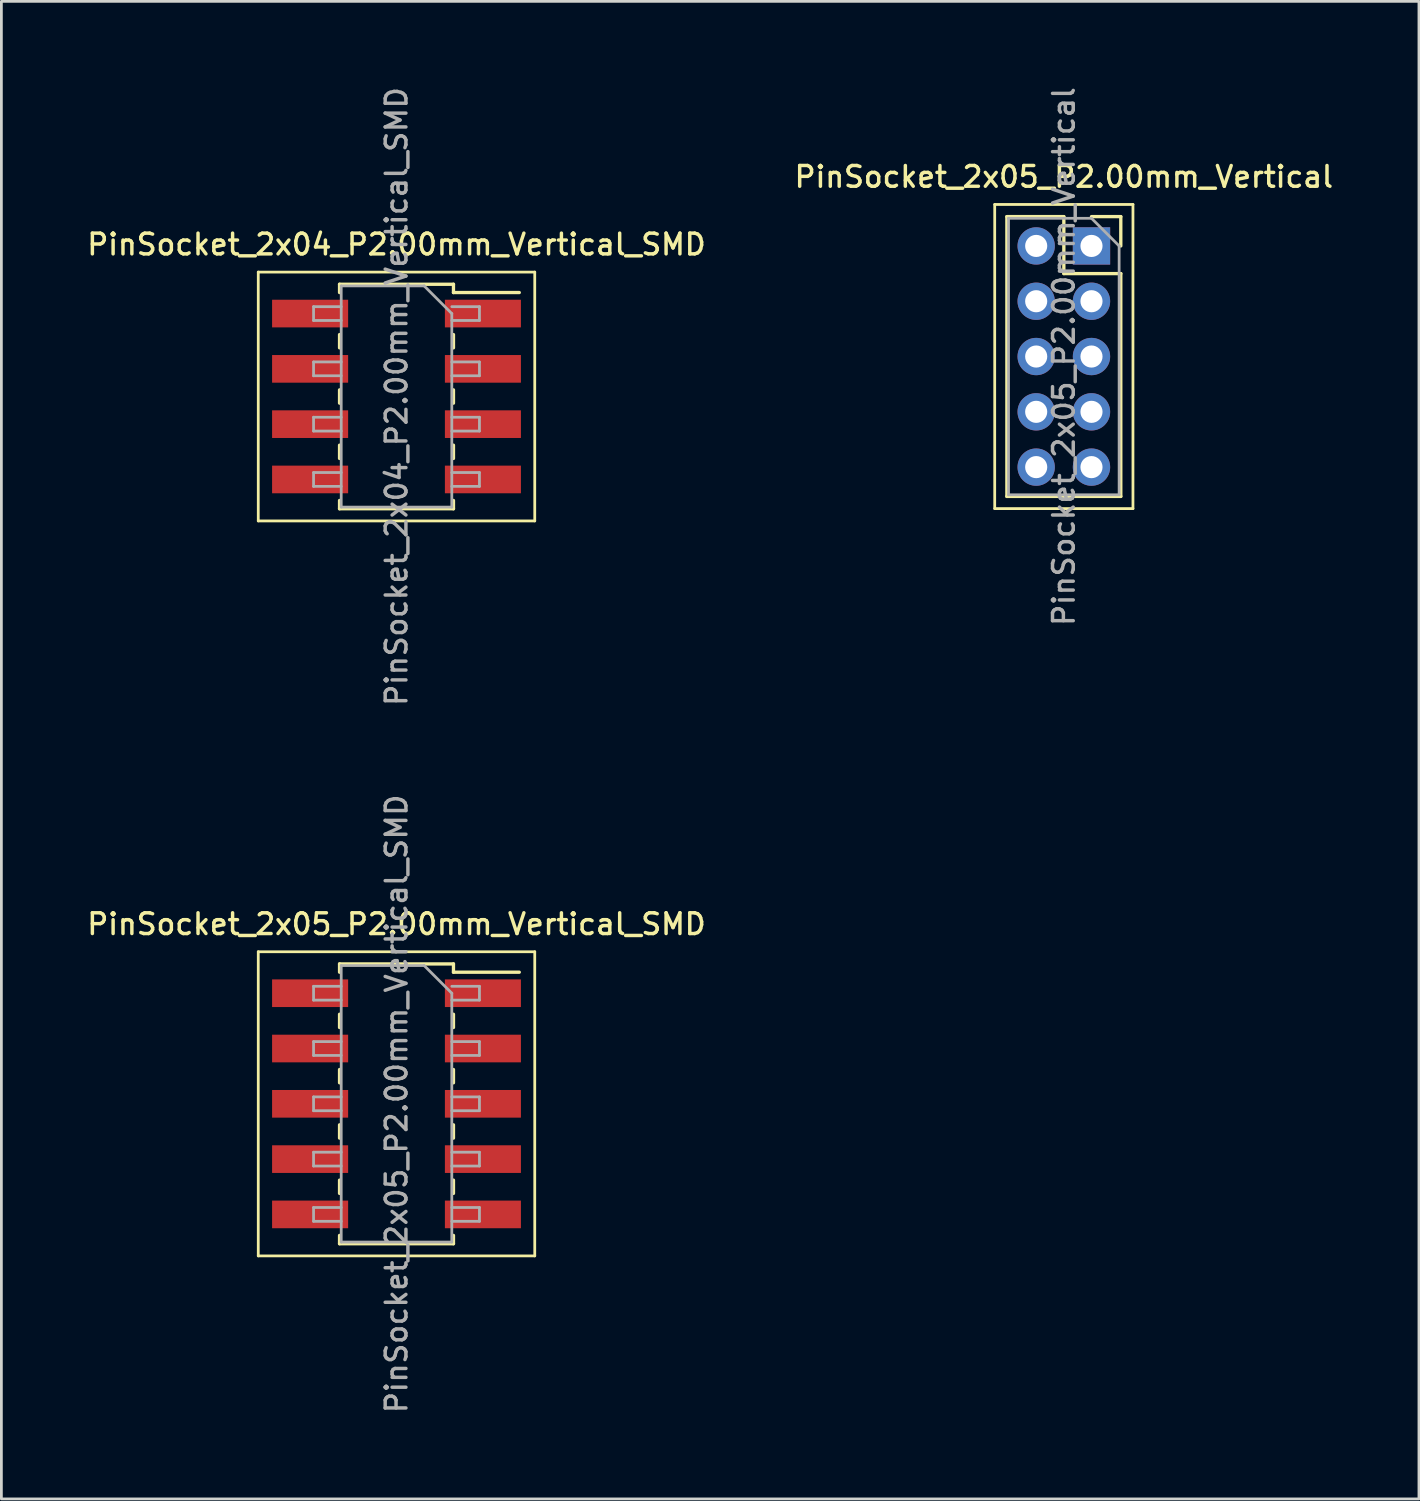
<source format=kicad_pcb>
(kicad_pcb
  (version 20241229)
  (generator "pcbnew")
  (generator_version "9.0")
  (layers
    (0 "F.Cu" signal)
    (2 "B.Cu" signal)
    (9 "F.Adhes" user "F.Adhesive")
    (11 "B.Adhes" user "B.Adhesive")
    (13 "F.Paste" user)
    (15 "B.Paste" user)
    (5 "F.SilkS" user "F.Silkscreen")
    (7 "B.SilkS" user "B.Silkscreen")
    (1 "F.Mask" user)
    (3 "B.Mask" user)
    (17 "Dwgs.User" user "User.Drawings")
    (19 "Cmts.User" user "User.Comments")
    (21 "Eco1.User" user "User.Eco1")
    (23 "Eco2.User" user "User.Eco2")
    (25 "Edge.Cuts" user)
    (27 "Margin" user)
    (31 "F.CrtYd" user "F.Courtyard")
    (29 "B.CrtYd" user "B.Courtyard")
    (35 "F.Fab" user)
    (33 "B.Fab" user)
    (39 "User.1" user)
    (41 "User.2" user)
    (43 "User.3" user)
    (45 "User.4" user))
  (footprint "PinSocket_2x05_P2.00mm_Vertical_SMD"
    (layer "F.Cu")
    (at 11.291 36.873)
    (property "Reference" "PinSocket_2x05_P2.00mm_Vertical_SMD" (at 0 -6.5 0) (layer "F.SilkS") (effects (font (size 0.75 0.75) (thickness 0.125))))
    (attr smd)
    (fp_line (start -5 -5.5) (end 5 -5.5) (stroke (width 0.1) (type solid)) (layer "F.SilkS"))
    (fp_line (start -5 5.5) (end -5 -5.5) (stroke (width 0.1) (type solid)) (layer "F.SilkS"))
    (fp_line (start -2.06 -5.06) (end -2.06 -4.76) (stroke (width 0.12) (type solid)) (layer "F.SilkS"))
    (fp_line (start -2.06 -5.06) (end 2.06 -5.06) (stroke (width 0.12) (type solid)) (layer "F.SilkS"))
    (fp_line (start -2.06 -3.24) (end -2.06 -2.76) (stroke (width 0.12) (type solid)) (layer "F.SilkS"))
    (fp_line (start -2.06 -1.24) (end -2.06 -0.76) (stroke (width 0.12) (type solid)) (layer "F.SilkS"))
    (fp_line (start -2.06 0.76) (end -2.06 1.24) (stroke (width 0.12) (type solid)) (layer "F.SilkS"))
    (fp_line (start -2.06 2.76) (end -2.06 3.24) (stroke (width 0.12) (type solid)) (layer "F.SilkS"))
    (fp_line (start -2.06 4.76) (end -2.06 5.06) (stroke (width 0.12) (type solid)) (layer "F.SilkS"))
    (fp_line (start -2.06 5.06) (end 2.06 5.06) (stroke (width 0.12) (type solid)) (layer "F.SilkS"))
    (fp_line (start 2.06 -5.06) (end 2.06 -4.76) (stroke (width 0.12) (type solid)) (layer "F.SilkS"))
    (fp_line (start 2.06 -4.76) (end 4.44 -4.76) (stroke (width 0.12) (type solid)) (layer "F.SilkS"))
    (fp_line (start 2.06 -3.24) (end 2.06 -2.76) (stroke (width 0.12) (type solid)) (layer "F.SilkS"))
    (fp_line (start 2.06 -1.24) (end 2.06 -0.76) (stroke (width 0.12) (type solid)) (layer "F.SilkS"))
    (fp_line (start 2.06 0.76) (end 2.06 1.24) (stroke (width 0.12) (type solid)) (layer "F.SilkS"))
    (fp_line (start 2.06 2.76) (end 2.06 3.24) (stroke (width 0.12) (type solid)) (layer "F.SilkS"))
    (fp_line (start 2.06 4.76) (end 2.06 5.06) (stroke (width 0.12) (type solid)) (layer "F.SilkS"))
    (fp_line (start 5 -5.5) (end 5 5.5) (stroke (width 0.1) (type solid)) (layer "F.SilkS"))
    (fp_line (start 5 5.5) (end -5 5.5) (stroke (width 0.1) (type solid)) (layer "F.SilkS"))
    (fp_line (start -3 -4.25) (end -2 -4.25) (stroke (width 0.1) (type solid)) (layer "F.Fab"))
    (fp_line (start -3 -3.75) (end -3 -4.25) (stroke (width 0.1) (type solid)) (layer "F.Fab"))
    (fp_line (start -3 -2.25) (end -2 -2.25) (stroke (width 0.1) (type solid)) (layer "F.Fab"))
    (fp_line (start -3 -1.75) (end -3 -2.25) (stroke (width 0.1) (type solid)) (layer "F.Fab"))
    (fp_line (start -3 -0.25) (end -2 -0.25) (stroke (width 0.1) (type solid)) (layer "F.Fab"))
    (fp_line (start -3 0.25) (end -3 -0.25) (stroke (width 0.1) (type solid)) (layer "F.Fab"))
    (fp_line (start -3 1.75) (end -2 1.75) (stroke (width 0.1) (type solid)) (layer "F.Fab"))
    (fp_line (start -3 2.25) (end -3 1.75) (stroke (width 0.1) (type solid)) (layer "F.Fab"))
    (fp_line (start -3 3.75) (end -2 3.75) (stroke (width 0.1) (type solid)) (layer "F.Fab"))
    (fp_line (start -3 4.25) (end -3 3.75) (stroke (width 0.1) (type solid)) (layer "F.Fab"))
    (fp_line (start -2 -5) (end 1 -5) (stroke (width 0.1) (type solid)) (layer "F.Fab"))
    (fp_line (start -2 -3.75) (end -3 -3.75) (stroke (width 0.1) (type solid)) (layer "F.Fab"))
    (fp_line (start -2 -1.75) (end -3 -1.75) (stroke (width 0.1) (type solid)) (layer "F.Fab"))
    (fp_line (start -2 0.25) (end -3 0.25) (stroke (width 0.1) (type solid)) (layer "F.Fab"))
    (fp_line (start -2 2.25) (end -3 2.25) (stroke (width 0.1) (type solid)) (layer "F.Fab"))
    (fp_line (start -2 4.25) (end -3 4.25) (stroke (width 0.1) (type solid)) (layer "F.Fab"))
    (fp_line (start -2 5) (end -2 -5) (stroke (width 0.1) (type solid)) (layer "F.Fab"))
    (fp_line (start 1 -5) (end 2 -4) (stroke (width 0.1) (type solid)) (layer "F.Fab"))
    (fp_line (start 2 -4.25) (end 3 -4.25) (stroke (width 0.1) (type solid)) (layer "F.Fab"))
    (fp_line (start 2 -4) (end 2 5) (stroke (width 0.1) (type solid)) (layer "F.Fab"))
    (fp_line (start 2 -2.25) (end 3 -2.25) (stroke (width 0.1) (type solid)) (layer "F.Fab"))
    (fp_line (start 2 -0.25) (end 3 -0.25) (stroke (width 0.1) (type solid)) (layer "F.Fab"))
    (fp_line (start 2 1.75) (end 3 1.75) (stroke (width 0.1) (type solid)) (layer "F.Fab"))
    (fp_line (start 2 3.75) (end 3 3.75) (stroke (width 0.1) (type solid)) (layer "F.Fab"))
    (fp_line (start 2 5) (end -2 5) (stroke (width 0.1) (type solid)) (layer "F.Fab"))
    (fp_line (start 3 -4.25) (end 3 -3.75) (stroke (width 0.1) (type solid)) (layer "F.Fab"))
    (fp_line (start 3 -3.75) (end 2 -3.75) (stroke (width 0.1) (type solid)) (layer "F.Fab"))
    (fp_line (start 3 -2.25) (end 3 -1.75) (stroke (width 0.1) (type solid)) (layer "F.Fab"))
    (fp_line (start 3 -1.75) (end 2 -1.75) (stroke (width 0.1) (type solid)) (layer "F.Fab"))
    (fp_line (start 3 -0.25) (end 3 0.25) (stroke (width 0.1) (type solid)) (layer "F.Fab"))
    (fp_line (start 3 0.25) (end 2 0.25) (stroke (width 0.1) (type solid)) (layer "F.Fab"))
    (fp_line (start 3 1.75) (end 3 2.25) (stroke (width 0.1) (type solid)) (layer "F.Fab"))
    (fp_line (start 3 2.25) (end 2 2.25) (stroke (width 0.1) (type solid)) (layer "F.Fab"))
    (fp_line (start 3 3.75) (end 3 4.25) (stroke (width 0.1) (type solid)) (layer "F.Fab"))
    (fp_line (start 3 4.25) (end 2 4.25) (stroke (width 0.1) (type solid)) (layer "F.Fab"))
    (fp_text user "${REFERENCE}" (at 0 0 90) (layer "F.Fab") (effects (font (size 0.75 0.75) (thickness 0.125))))
    (pad "1" smd rect (at 3.125 -4) (size 2.75 1) (layers "F.Cu" "F.Mask" "F.Paste"))
    (pad "2" smd rect (at -3.125 -4) (size 2.75 1) (layers "F.Cu" "F.Mask" "F.Paste"))
    (pad "3" smd rect (at 3.125 -2) (size 2.75 1) (layers "F.Cu" "F.Mask" "F.Paste"))
    (pad "4" smd rect (at -3.125 -2) (size 2.75 1) (layers "F.Cu" "F.Mask" "F.Paste"))
    (pad "5" smd rect (at 3.125 0) (size 2.75 1) (layers "F.Cu" "F.Mask" "F.Paste"))
    (pad "6" smd rect (at -3.125 0) (size 2.75 1) (layers "F.Cu" "F.Mask" "F.Paste"))
    (pad "7" smd rect (at 3.125 2) (size 2.75 1) (layers "F.Cu" "F.Mask" "F.Paste"))
    (pad "8" smd rect (at -3.125 2) (size 2.75 1) (layers "F.Cu" "F.Mask" "F.Paste"))
    (pad "9" smd rect (at 3.125 4) (size 2.75 1) (layers "F.Cu" "F.Mask" "F.Paste"))
    (pad "10" smd rect (at -3.125 4) (size 2.75 1) (layers "F.Cu" "F.Mask" "F.Paste")))
  (footprint "PinSocket_2x04_P2.00mm_Vertical_SMD"
    (layer "F.Cu")
    (at 11.291 11.291)
    (property "Reference" "PinSocket_2x04_P2.00mm_Vertical_SMD" (at 0 -5.5 0) (layer "F.SilkS") (effects (font (size 0.75 0.75) (thickness 0.125))))
    (attr smd)
    (fp_line (start -5 -4.5) (end 5 -4.5) (stroke (width 0.1) (type solid)) (layer "F.SilkS"))
    (fp_line (start -5 4.5) (end -5 -4.5) (stroke (width 0.1) (type solid)) (layer "F.SilkS"))
    (fp_line (start -2.06 -4.06) (end -2.06 -3.76) (stroke (width 0.12) (type solid)) (layer "F.SilkS"))
    (fp_line (start -2.06 -4.06) (end 2.06 -4.06) (stroke (width 0.12) (type solid)) (layer "F.SilkS"))
    (fp_line (start -2.06 -2.24) (end -2.06 -1.76) (stroke (width 0.12) (type solid)) (layer "F.SilkS"))
    (fp_line (start -2.06 -0.24) (end -2.06 0.24) (stroke (width 0.12) (type solid)) (layer "F.SilkS"))
    (fp_line (start -2.06 1.76) (end -2.06 2.24) (stroke (width 0.12) (type solid)) (layer "F.SilkS"))
    (fp_line (start -2.06 3.76) (end -2.06 4.06) (stroke (width 0.12) (type solid)) (layer "F.SilkS"))
    (fp_line (start -2.06 4.06) (end 2.06 4.06) (stroke (width 0.12) (type solid)) (layer "F.SilkS"))
    (fp_line (start 2.06 -4.06) (end 2.06 -3.76) (stroke (width 0.12) (type solid)) (layer "F.SilkS"))
    (fp_line (start 2.06 -3.76) (end 4.44 -3.76) (stroke (width 0.12) (type solid)) (layer "F.SilkS"))
    (fp_line (start 2.06 -2.24) (end 2.06 -1.76) (stroke (width 0.12) (type solid)) (layer "F.SilkS"))
    (fp_line (start 2.06 -0.24) (end 2.06 0.24) (stroke (width 0.12) (type solid)) (layer "F.SilkS"))
    (fp_line (start 2.06 1.76) (end 2.06 2.24) (stroke (width 0.12) (type solid)) (layer "F.SilkS"))
    (fp_line (start 2.06 3.76) (end 2.06 4.06) (stroke (width 0.12) (type solid)) (layer "F.SilkS"))
    (fp_line (start 5 -4.5) (end 5 4.5) (stroke (width 0.1) (type solid)) (layer "F.SilkS"))
    (fp_line (start 5 4.5) (end -5 4.5) (stroke (width 0.1) (type solid)) (layer "F.SilkS"))
    (fp_line (start -3 -3.25) (end -2 -3.25) (stroke (width 0.1) (type solid)) (layer "F.Fab"))
    (fp_line (start -3 -2.75) (end -3 -3.25) (stroke (width 0.1) (type solid)) (layer "F.Fab"))
    (fp_line (start -3 -1.25) (end -2 -1.25) (stroke (width 0.1) (type solid)) (layer "F.Fab"))
    (fp_line (start -3 -0.75) (end -3 -1.25) (stroke (width 0.1) (type solid)) (layer "F.Fab"))
    (fp_line (start -3 0.75) (end -2 0.75) (stroke (width 0.1) (type solid)) (layer "F.Fab"))
    (fp_line (start -3 1.25) (end -3 0.75) (stroke (width 0.1) (type solid)) (layer "F.Fab"))
    (fp_line (start -3 2.75) (end -2 2.75) (stroke (width 0.1) (type solid)) (layer "F.Fab"))
    (fp_line (start -3 3.25) (end -3 2.75) (stroke (width 0.1) (type solid)) (layer "F.Fab"))
    (fp_line (start -2 -4) (end 1 -4) (stroke (width 0.1) (type solid)) (layer "F.Fab"))
    (fp_line (start -2 -2.75) (end -3 -2.75) (stroke (width 0.1) (type solid)) (layer "F.Fab"))
    (fp_line (start -2 -0.75) (end -3 -0.75) (stroke (width 0.1) (type solid)) (layer "F.Fab"))
    (fp_line (start -2 1.25) (end -3 1.25) (stroke (width 0.1) (type solid)) (layer "F.Fab"))
    (fp_line (start -2 3.25) (end -3 3.25) (stroke (width 0.1) (type solid)) (layer "F.Fab"))
    (fp_line (start -2 4) (end -2 -4) (stroke (width 0.1) (type solid)) (layer "F.Fab"))
    (fp_line (start 1 -4) (end 2 -3) (stroke (width 0.1) (type solid)) (layer "F.Fab"))
    (fp_line (start 2 -3.25) (end 3 -3.25) (stroke (width 0.1) (type solid)) (layer "F.Fab"))
    (fp_line (start 2 -3) (end 2 4) (stroke (width 0.1) (type solid)) (layer "F.Fab"))
    (fp_line (start 2 -1.25) (end 3 -1.25) (stroke (width 0.1) (type solid)) (layer "F.Fab"))
    (fp_line (start 2 0.75) (end 3 0.75) (stroke (width 0.1) (type solid)) (layer "F.Fab"))
    (fp_line (start 2 2.75) (end 3 2.75) (stroke (width 0.1) (type solid)) (layer "F.Fab"))
    (fp_line (start 2 4) (end -2 4) (stroke (width 0.1) (type solid)) (layer "F.Fab"))
    (fp_line (start 3 -3.25) (end 3 -2.75) (stroke (width 0.1) (type solid)) (layer "F.Fab"))
    (fp_line (start 3 -2.75) (end 2 -2.75) (stroke (width 0.1) (type solid)) (layer "F.Fab"))
    (fp_line (start 3 -1.25) (end 3 -0.75) (stroke (width 0.1) (type solid)) (layer "F.Fab"))
    (fp_line (start 3 -0.75) (end 2 -0.75) (stroke (width 0.1) (type solid)) (layer "F.Fab"))
    (fp_line (start 3 0.75) (end 3 1.25) (stroke (width 0.1) (type solid)) (layer "F.Fab"))
    (fp_line (start 3 1.25) (end 2 1.25) (stroke (width 0.1) (type solid)) (layer "F.Fab"))
    (fp_line (start 3 2.75) (end 3 3.25) (stroke (width 0.1) (type solid)) (layer "F.Fab"))
    (fp_line (start 3 3.25) (end 2 3.25) (stroke (width 0.1) (type solid)) (layer "F.Fab"))
    (fp_text user "${REFERENCE}" (at 0 0 90) (layer "F.Fab") (effects (font (size 0.75 0.75) (thickness 0.125))))
    (pad "1" smd rect (at 3.125 -3) (size 2.75 1) (layers "F.Cu" "F.Mask" "F.Paste"))
    (pad "2" smd rect (at -3.125 -3) (size 2.75 1) (layers "F.Cu" "F.Mask" "F.Paste"))
    (pad "3" smd rect (at 3.125 -1) (size 2.75 1) (layers "F.Cu" "F.Mask" "F.Paste"))
    (pad "4" smd rect (at -3.125 -1) (size 2.75 1) (layers "F.Cu" "F.Mask" "F.Paste"))
    (pad "5" smd rect (at 3.125 1) (size 2.75 1) (layers "F.Cu" "F.Mask" "F.Paste"))
    (pad "6" smd rect (at -3.125 1) (size 2.75 1) (layers "F.Cu" "F.Mask" "F.Paste"))
    (pad "7" smd rect (at 3.125 3) (size 2.75 1) (layers "F.Cu" "F.Mask" "F.Paste"))
    (pad "8" smd rect (at -3.125 3) (size 2.75 1) (layers "F.Cu" "F.Mask" "F.Paste")))
  (footprint "PinSocket_2x05_P2.00mm_Vertical"
    (layer "F.Cu")
    (at 36.427 5.845)
    (property "Reference" "PinSocket_2x05_P2.00mm_Vertical" (at -1 -2.5 0) (layer "F.SilkS") (effects (font (size 0.75 0.75) (thickness 0.125))))
    (attr through_hole)
    (fp_line (start -3.5 -1.5) (end 1.5 -1.5) (stroke (width 0.1) (type solid)) (layer "F.SilkS"))
    (fp_line (start -3.5 9.5) (end -3.5 -1.5) (stroke (width 0.1) (type solid)) (layer "F.SilkS"))
    (fp_line (start -3.06 -1.06) (end -3.06 9.06) (stroke (width 0.12) (type solid)) (layer "F.SilkS"))
    (fp_line (start -3.06 -1.06) (end -1 -1.06) (stroke (width 0.12) (type solid)) (layer "F.SilkS"))
    (fp_line (start -3.06 9.06) (end 1.06 9.06) (stroke (width 0.12) (type solid)) (layer "F.SilkS"))
    (fp_line (start -1 -1.06) (end -1 1) (stroke (width 0.12) (type solid)) (layer "F.SilkS"))
    (fp_line (start -1 1) (end 1.06 1) (stroke (width 0.12) (type solid)) (layer "F.SilkS"))
    (fp_line (start 0 -1.06) (end 1.06 -1.06) (stroke (width 0.12) (type solid)) (layer "F.SilkS"))
    (fp_line (start 1.06 -1.06) (end 1.06 0) (stroke (width 0.12) (type solid)) (layer "F.SilkS"))
    (fp_line (start 1.06 1) (end 1.06 9.06) (stroke (width 0.12) (type solid)) (layer "F.SilkS"))
    (fp_line (start 1.5 -1.5) (end 1.5 9.5) (stroke (width 0.1) (type solid)) (layer "F.SilkS"))
    (fp_line (start 1.5 9.5) (end -3.5 9.5) (stroke (width 0.1) (type solid)) (layer "F.SilkS"))
    (fp_line (start -3 -1) (end 0 -1) (stroke (width 0.1) (type solid)) (layer "F.Fab"))
    (fp_line (start -3 9) (end -3 -1) (stroke (width 0.1) (type solid)) (layer "F.Fab"))
    (fp_line (start 0 -1) (end 1 0) (stroke (width 0.1) (type solid)) (layer "F.Fab"))
    (fp_line (start 1 0) (end 1 9) (stroke (width 0.1) (type solid)) (layer "F.Fab"))
    (fp_line (start 1 9) (end -3 9) (stroke (width 0.1) (type solid)) (layer "F.Fab"))
    (fp_text user "${REFERENCE}" (at -1 4 90) (layer "F.Fab") (effects (font (size 0.75 0.75) (thickness 0.125))))
    (pad "1" thru_hole rect (at 0 0) (size 1.35 1.35) (drill 0.8) (layers "*.Cu" "*.Mask"))
    (pad "2" thru_hole oval (at -2 0) (size 1.35 1.35) (drill 0.8) (layers "*.Cu" "*.Mask"))
    (pad "3" thru_hole oval (at 0 2) (size 1.35 1.35) (drill 0.8) (layers "*.Cu" "*.Mask"))
    (pad "4" thru_hole oval (at -2 2) (size 1.35 1.35) (drill 0.8) (layers "*.Cu" "*.Mask"))
    (pad "5" thru_hole oval (at 0 4) (size 1.35 1.35) (drill 0.8) (layers "*.Cu" "*.Mask"))
    (pad "6" thru_hole oval (at -2 4) (size 1.35 1.35) (drill 0.8) (layers "*.Cu" "*.Mask"))
    (pad "7" thru_hole oval (at 0 6) (size 1.35 1.35) (drill 0.8) (layers "*.Cu" "*.Mask"))
    (pad "8" thru_hole oval (at -2 6) (size 1.35 1.35) (drill 0.8) (layers "*.Cu" "*.Mask"))
    (pad "9" thru_hole oval (at 0 8) (size 1.35 1.35) (drill 0.8) (layers "*.Cu" "*.Mask"))
    (pad "10" thru_hole oval (at -2 8) (size 1.35 1.35) (drill 0.8) (layers "*.Cu" "*.Mask")))
  (gr_rect
    (start -3 -3)
    (end 48.271 51.164)
    (stroke (width 0.1) (type default))
    (fill no)
    (layer "Edge.Cuts")))
</source>
